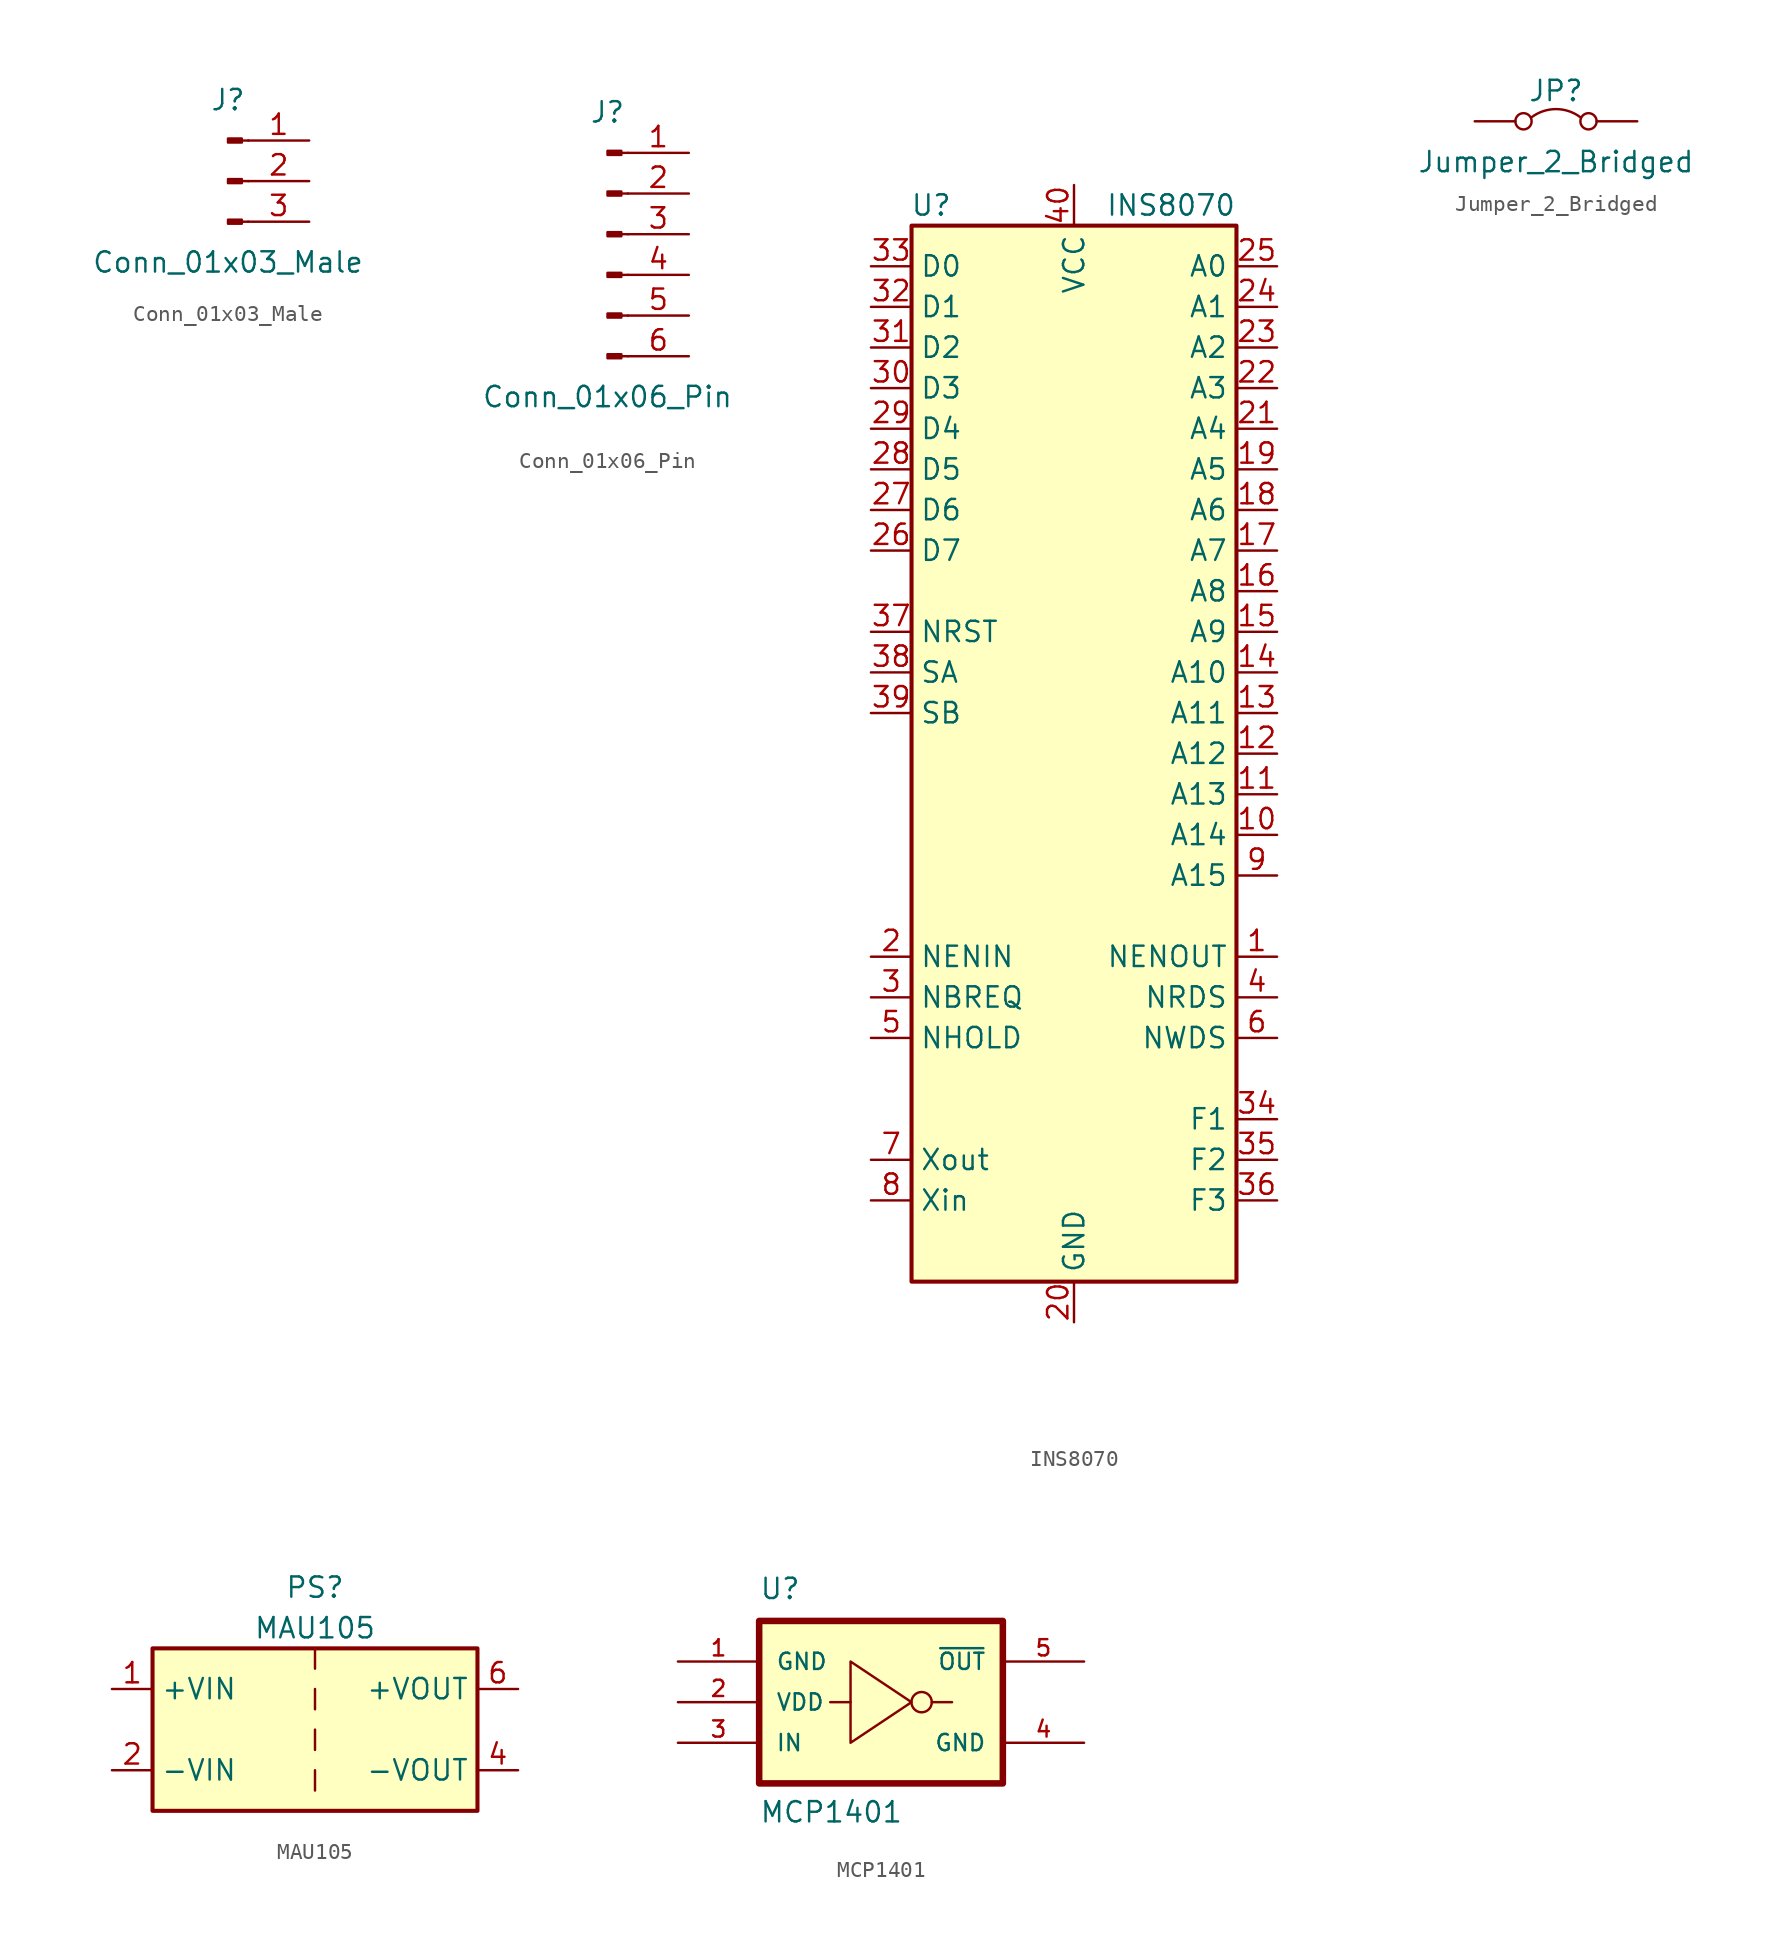
<source format=kicad_sym>
(kicad_symbol_lib
  (version 20241209)
  (generator "kicad_symbol_editor")
  (generator_version "9.0")
  (symbol "Conn_01x03_Male"
    (pin_names
      (offset 1.016)
      (hide yes))
    (property "Reference" "J"
      (at 0 5.08 0)
      (effects (font (size 1.27 1.27))))
    (property "Value" "Conn_01x03_Male"
      (at 0 -5.08 0)
      (effects (font (size 1.27 1.27))))
    (symbol "Conn_01x03_Male_1_1"
      (rectangle (start 0.864 2.667) (end 0 2.413) (stroke (width 0.152) (type default)) (fill (type outline)))
      (rectangle (start 0.864 0.127) (end 0 -0.127) (stroke (width 0.152) (type default)) (fill (type outline)))
      (rectangle (start 0.864 -2.413) (end 0 -2.667) (stroke (width 0.152) (type default)) (fill (type outline)))
      (polyline (pts (xy 1.27 2.54) (xy 0.864 2.54)) (stroke (width 0.152) (type default)) (fill (type none)))
      (polyline (pts (xy 1.27 0) (xy 0.864 0)) (stroke (width 0.152) (type default)) (fill (type none)))
      (polyline (pts (xy 1.27 -2.54) (xy 0.864 -2.54)) (stroke (width 0.152) (type default)) (fill (type none)))
      (pin passive line (at 5.08 2.54 180) (length 3.81) (name "Pin_1" (effects (font (size 1.27 1.27)))) (number "1" (effects (font (size 1.27 1.27)))))
      (pin passive line (at 5.08 0 180) (length 3.81) (name "Pin_2" (effects (font (size 1.27 1.27)))) (number "2" (effects (font (size 1.27 1.27)))))
      (pin passive line (at 5.08 -2.54 180) (length 3.81) (name "Pin_3" (effects (font (size 1.27 1.27)))) (number "3" (effects (font (size 1.27 1.27)))))))
  (symbol "Conn_01x06_Pin"
    (pin_names
      (offset 1.016)
      (hide yes))
    (property "Reference" "J"
      (at 0 7.62 0)
      (effects (font (size 1.27 1.27))))
    (property "Value" "Conn_01x06_Pin"
      (at 0 -10.16 0)
      (effects (font (size 1.27 1.27))))
    (property "ki_locked" ""
      (at 0 0 0)
      (effects (font (size 1.27 1.27))))
    (symbol "Conn_01x06_Pin_1_1"
      (rectangle (start 0.864 5.207) (end 0 4.953) (stroke (width 0.152) (type default)) (fill (type outline)))
      (rectangle (start 0.864 2.667) (end 0 2.413) (stroke (width 0.152) (type default)) (fill (type outline)))
      (rectangle (start 0.864 0.127) (end 0 -0.127) (stroke (width 0.152) (type default)) (fill (type outline)))
      (rectangle (start 0.864 -2.413) (end 0 -2.667) (stroke (width 0.152) (type default)) (fill (type outline)))
      (rectangle (start 0.864 -4.953) (end 0 -5.207) (stroke (width 0.152) (type default)) (fill (type outline)))
      (rectangle (start 0.864 -7.493) (end 0 -7.747) (stroke (width 0.152) (type default)) (fill (type outline)))
      (polyline (pts (xy 1.27 5.08) (xy 0.864 5.08)) (stroke (width 0.152) (type default)) (fill (type none)))
      (polyline (pts (xy 1.27 2.54) (xy 0.864 2.54)) (stroke (width 0.152) (type default)) (fill (type none)))
      (polyline (pts (xy 1.27 0) (xy 0.864 0)) (stroke (width 0.152) (type default)) (fill (type none)))
      (polyline (pts (xy 1.27 -2.54) (xy 0.864 -2.54)) (stroke (width 0.152) (type default)) (fill (type none)))
      (polyline (pts (xy 1.27 -5.08) (xy 0.864 -5.08)) (stroke (width 0.152) (type default)) (fill (type none)))
      (polyline (pts (xy 1.27 -7.62) (xy 0.864 -7.62)) (stroke (width 0.152) (type default)) (fill (type none)))
      (pin passive line (at 5.08 5.08 180) (length 3.81) (name "Pin_1" (effects (font (size 1.27 1.27)))) (number "1" (effects (font (size 1.27 1.27)))))
      (pin passive line (at 5.08 2.54 180) (length 3.81) (name "Pin_2" (effects (font (size 1.27 1.27)))) (number "2" (effects (font (size 1.27 1.27)))))
      (pin passive line (at 5.08 0 180) (length 3.81) (name "Pin_3" (effects (font (size 1.27 1.27)))) (number "3" (effects (font (size 1.27 1.27)))))
      (pin passive line (at 5.08 -2.54 180) (length 3.81) (name "Pin_4" (effects (font (size 1.27 1.27)))) (number "4" (effects (font (size 1.27 1.27)))))
      (pin passive line (at 5.08 -5.08 180) (length 3.81) (name "Pin_5" (effects (font (size 1.27 1.27)))) (number "5" (effects (font (size 1.27 1.27)))))
      (pin passive line (at 5.08 -7.62 180) (length 3.81) (name "Pin_6" (effects (font (size 1.27 1.27)))) (number "6" (effects (font (size 1.27 1.27)))))))
  (symbol "INS8070"
    (property "Reference" "U"
      (at -7.62 34.29 0)
      (effects (font (size 1.27 1.27)) (justify right)))
    (property "Value" "INS8070"
      (at 10.16 34.29 0)
      (effects (font (size 1.27 1.27)) (justify right)))
    (symbol "INS8070_0_1"
      (rectangle (start -10.16 -33.02) (end 10.16 33.02) (stroke (width 0.254) (type default)) (fill (type background))))
    (symbol "INS8070_1_1"
      (pin bidirectional line (at -12.7 30.48 0) (length 2.54) (name "D0" (effects (font (size 1.27 1.27)))) (number "33" (effects (font (size 1.27 1.27)))))
      (pin bidirectional line (at -12.7 27.94 0) (length 2.54) (name "D1" (effects (font (size 1.27 1.27)))) (number "32" (effects (font (size 1.27 1.27)))))
      (pin bidirectional line (at -12.7 25.4 0) (length 2.54) (name "D2" (effects (font (size 1.27 1.27)))) (number "31" (effects (font (size 1.27 1.27)))))
      (pin bidirectional line (at -12.7 22.86 0) (length 2.54) (name "D3" (effects (font (size 1.27 1.27)))) (number "30" (effects (font (size 1.27 1.27)))))
      (pin bidirectional line (at -12.7 20.32 0) (length 2.54) (name "D4" (effects (font (size 1.27 1.27)))) (number "29" (effects (font (size 1.27 1.27)))))
      (pin bidirectional line (at -12.7 17.78 0) (length 2.54) (name "D5" (effects (font (size 1.27 1.27)))) (number "28" (effects (font (size 1.27 1.27)))))
      (pin bidirectional line (at -12.7 15.24 0) (length 2.54) (name "D6" (effects (font (size 1.27 1.27)))) (number "27" (effects (font (size 1.27 1.27)))))
      (pin bidirectional line (at -12.7 12.7 0) (length 2.54) (name "D7" (effects (font (size 1.27 1.27)))) (number "26" (effects (font (size 1.27 1.27)))))
      (pin input line (at -12.7 7.62 0) (length 2.54) (name "NRST" (effects (font (size 1.27 1.27)))) (number "37" (effects (font (size 1.27 1.27)))))
      (pin input line (at -12.7 5.08 0) (length 2.54) (name "SA" (effects (font (size 1.27 1.27)))) (number "38" (effects (font (size 1.27 1.27)))))
      (pin input line (at -12.7 2.54 0) (length 2.54) (name "SB" (effects (font (size 1.27 1.27)))) (number "39" (effects (font (size 1.27 1.27)))))
      (pin input line (at -12.7 -12.7 0) (length 2.54) (name "NENIN" (effects (font (size 1.27 1.27)))) (number "2" (effects (font (size 1.27 1.27)))))
      (pin bidirectional line (at -12.7 -15.24 0) (length 2.54) (name "NBREQ" (effects (font (size 1.27 1.27)))) (number "3" (effects (font (size 1.27 1.27)))))
      (pin input line (at -12.7 -17.78 0) (length 2.54) (name "NHOLD" (effects (font (size 1.27 1.27)))) (number "5" (effects (font (size 1.27 1.27)))))
      (pin input line (at -12.7 -25.4 0) (length 2.54) (name "Xout" (effects (font (size 1.27 1.27)))) (number "7" (effects (font (size 1.27 1.27)))))
      (pin input line (at -12.7 -27.94 0) (length 2.54) (name "Xin" (effects (font (size 1.27 1.27)))) (number "8" (effects (font (size 1.27 1.27)))))
      (pin power_in line (at 0 35.56 270) (length 2.54) (name "VCC" (effects (font (size 1.27 1.27)))) (number "40" (effects (font (size 1.27 1.27)))))
      (pin power_in line (at 0 -35.56 90) (length 2.54) (name "GND" (effects (font (size 1.27 1.27)))) (number "20" (effects (font (size 1.27 1.27)))))
      (pin output line (at 12.7 30.48 180) (length 2.54) (name "A0" (effects (font (size 1.27 1.27)))) (number "25" (effects (font (size 1.27 1.27)))))
      (pin output line (at 12.7 27.94 180) (length 2.54) (name "A1" (effects (font (size 1.27 1.27)))) (number "24" (effects (font (size 1.27 1.27)))))
      (pin output line (at 12.7 25.4 180) (length 2.54) (name "A2" (effects (font (size 1.27 1.27)))) (number "23" (effects (font (size 1.27 1.27)))))
      (pin output line (at 12.7 22.86 180) (length 2.54) (name "A3" (effects (font (size 1.27 1.27)))) (number "22" (effects (font (size 1.27 1.27)))))
      (pin output line (at 12.7 20.32 180) (length 2.54) (name "A4" (effects (font (size 1.27 1.27)))) (number "21" (effects (font (size 1.27 1.27)))))
      (pin output line (at 12.7 17.78 180) (length 2.54) (name "A5" (effects (font (size 1.27 1.27)))) (number "19" (effects (font (size 1.27 1.27)))))
      (pin output line (at 12.7 15.24 180) (length 2.54) (name "A6" (effects (font (size 1.27 1.27)))) (number "18" (effects (font (size 1.27 1.27)))))
      (pin output line (at 12.7 12.7 180) (length 2.54) (name "A7" (effects (font (size 1.27 1.27)))) (number "17" (effects (font (size 1.27 1.27)))))
      (pin output line (at 12.7 10.16 180) (length 2.54) (name "A8" (effects (font (size 1.27 1.27)))) (number "16" (effects (font (size 1.27 1.27)))))
      (pin output line (at 12.7 7.62 180) (length 2.54) (name "A9" (effects (font (size 1.27 1.27)))) (number "15" (effects (font (size 1.27 1.27)))))
      (pin output line (at 12.7 5.08 180) (length 2.54) (name "A10" (effects (font (size 1.27 1.27)))) (number "14" (effects (font (size 1.27 1.27)))))
      (pin output line (at 12.7 2.54 180) (length 2.54) (name "A11" (effects (font (size 1.27 1.27)))) (number "13" (effects (font (size 1.27 1.27)))))
      (pin output line (at 12.7 0 180) (length 2.54) (name "A12" (effects (font (size 1.27 1.27)))) (number "12" (effects (font (size 1.27 1.27)))))
      (pin output line (at 12.7 -2.54 180) (length 2.54) (name "A13" (effects (font (size 1.27 1.27)))) (number "11" (effects (font (size 1.27 1.27)))))
      (pin output line (at 12.7 -5.08 180) (length 2.54) (name "A14" (effects (font (size 1.27 1.27)))) (number "10" (effects (font (size 1.27 1.27)))))
      (pin output line (at 12.7 -7.62 180) (length 2.54) (name "A15" (effects (font (size 1.27 1.27)))) (number "9" (effects (font (size 1.27 1.27)))))
      (pin output line (at 12.7 -12.7 180) (length 2.54) (name "NENOUT" (effects (font (size 1.27 1.27)))) (number "1" (effects (font (size 1.27 1.27)))))
      (pin output line (at 12.7 -15.24 180) (length 2.54) (name "NRDS" (effects (font (size 1.27 1.27)))) (number "4" (effects (font (size 1.27 1.27)))))
      (pin output line (at 12.7 -17.78 180) (length 2.54) (name "NWDS" (effects (font (size 1.27 1.27)))) (number "6" (effects (font (size 1.27 1.27)))))
      (pin output line (at 12.7 -22.86 180) (length 2.54) (name "F1" (effects (font (size 1.27 1.27)))) (number "34" (effects (font (size 1.27 1.27)))))
      (pin output line (at 12.7 -25.4 180) (length 2.54) (name "F2" (effects (font (size 1.27 1.27)))) (number "35" (effects (font (size 1.27 1.27)))))
      (pin input line (at 12.7 -27.94 180) (length 2.54) (name "F3" (effects (font (size 1.27 1.27)))) (number "36" (effects (font (size 1.27 1.27)))))))
  (symbol "Jumper_2_Bridged"
    (pin_numbers
      (hide yes))
    (pin_names
      (offset 0)
      (hide yes))
    (property "Reference" "JP"
      (at 0 1.905 0)
      (effects (font (size 1.27 1.27))))
    (property "Value" "Jumper_2_Bridged"
      (at 0 -2.54 0)
      (effects (font (size 1.27 1.27))))
    (symbol "Jumper_2_Bridged_0_0"
      (circle (center -2.032 0) (radius 0.508) (stroke (width 0) (type default)) (fill (type none)))
      (circle (center 2.032 0) (radius 0.508) (stroke (width 0) (type default)) (fill (type none))))
    (symbol "Jumper_2_Bridged_0_1"
      (arc (start -1.524 0.254) (mid 0 0.762) (end 1.524 0.254) (stroke (width 0) (type default)) (fill (type none))))
    (symbol "Jumper_2_Bridged_1_1"
      (pin passive line (at -5.08 0 0) (length 2.54) (name "A" (effects (font (size 1.27 1.27)))) (number "1" (effects (font (size 1.27 1.27)))))
      (pin passive line (at 5.08 0 180) (length 2.54) (name "B" (effects (font (size 1.27 1.27)))) (number "2" (effects (font (size 1.27 1.27)))))))
  (symbol "MAU105"
    (property "Reference" "PS"
      (at 0 11.43 0)
      (effects (font (size 1.27 1.27))))
    (property "Value" "MAU105"
      (at 0 8.89 0)
      (effects (font (size 1.27 1.27))))
    (symbol "MAU105_0_1"
      (rectangle (start -10.16 7.62) (end 10.16 -2.54) (stroke (width 0.254) (type default)) (fill (type background)))
      (polyline (pts (xy 0 7.62) (xy 0 6.35)) (stroke (width 0) (type default)) (fill (type none)))
      (polyline (pts (xy 0 5.08) (xy 0 3.81)) (stroke (width 0) (type default)) (fill (type none)))
      (polyline (pts (xy 0 2.54) (xy 0 1.27)) (stroke (width 0) (type default)) (fill (type none)))
      (polyline (pts (xy 0 0) (xy 0 -1.27)) (stroke (width 0) (type default)) (fill (type none))))
    (symbol "MAU105_1_1"
      (pin power_in line (at -12.7 5.08 0) (length 2.54) (name "+VIN" (effects (font (size 1.27 1.27)))) (number "1" (effects (font (size 1.27 1.27)))))
      (pin power_in line (at -12.7 0 0) (length 2.54) (name "-VIN" (effects (font (size 1.27 1.27)))) (number "2" (effects (font (size 1.27 1.27)))))
      (pin power_out line (at 12.7 5.08 180) (length 2.54) (name "+VOUT" (effects (font (size 1.27 1.27)))) (number "6" (effects (font (size 1.27 1.27)))))
      (pin power_out line (at 12.7 0 180) (length 2.54) (name "-VOUT" (effects (font (size 1.27 1.27)))) (number "4" (effects (font (size 1.27 1.27)))))))
  (symbol "MCP1401"
    (pin_names
      (offset 1.016))
    (property "Reference" "U"
      (at -7.62 6.35 0)
      (effects (font (size 1.27 1.27)) (justify left bottom)))
    (property "Value" "MCP1401"
      (at -7.62 -7.62 0)
      (effects (font (size 1.27 1.27)) (justify left bottom)))
    (symbol "MCP1401_0_0"
      (rectangle (start -7.62 5.08) (end 7.62 -5.08) (stroke (width 0.41) (type default)) (fill (type background)))
      (pin input line (at -12.7 -2.54 0) (length 5.08) (name "IN" (effects (font (size 1.016 1.016)))) (number "3" (effects (font (size 1.016 1.016)))))
      (pin output line (at 12.7 2.54 180) (length 5.08) (name "~{OUT}" (effects (font (size 1.016 1.016)))) (number "5" (effects (font (size 1.016 1.016)))))
      (pin power_in line (at 12.7 -2.54 180) (length 5.08) (name "GND" (effects (font (size 1.016 1.016)))) (number "4" (effects (font (size 1.016 1.016))))))
    (symbol "MCP1401_0_1"
      (polyline (pts (xy -1.905 2.54) (xy -1.905 -2.54) (xy 1.905 0) (xy -1.905 2.54)) (stroke (width 0) (type default)) (fill (type none)))
      (polyline (pts (xy -1.905 0) (xy -3.175 0)) (stroke (width 0) (type default)) (fill (type none)))
      (circle (center 2.54 0) (radius 0.635) (stroke (width 0) (type default)) (fill (type none)))
      (polyline (pts (xy 3.175 0) (xy 4.445 0)) (stroke (width 0) (type default)) (fill (type none))))
    (symbol "MCP1401_1_0"
      (pin power_in line (at -12.7 2.54 0) (length 5.08) (name "GND" (effects (font (size 1.016 1.016)))) (number "1" (effects (font (size 1.016 1.016)))))
      (pin power_in line (at -12.7 0 0) (length 5.08) (name "VDD" (effects (font (size 1.016 1.016)))) (number "2" (effects (font (size 1.016 1.016))))))))
</source>
